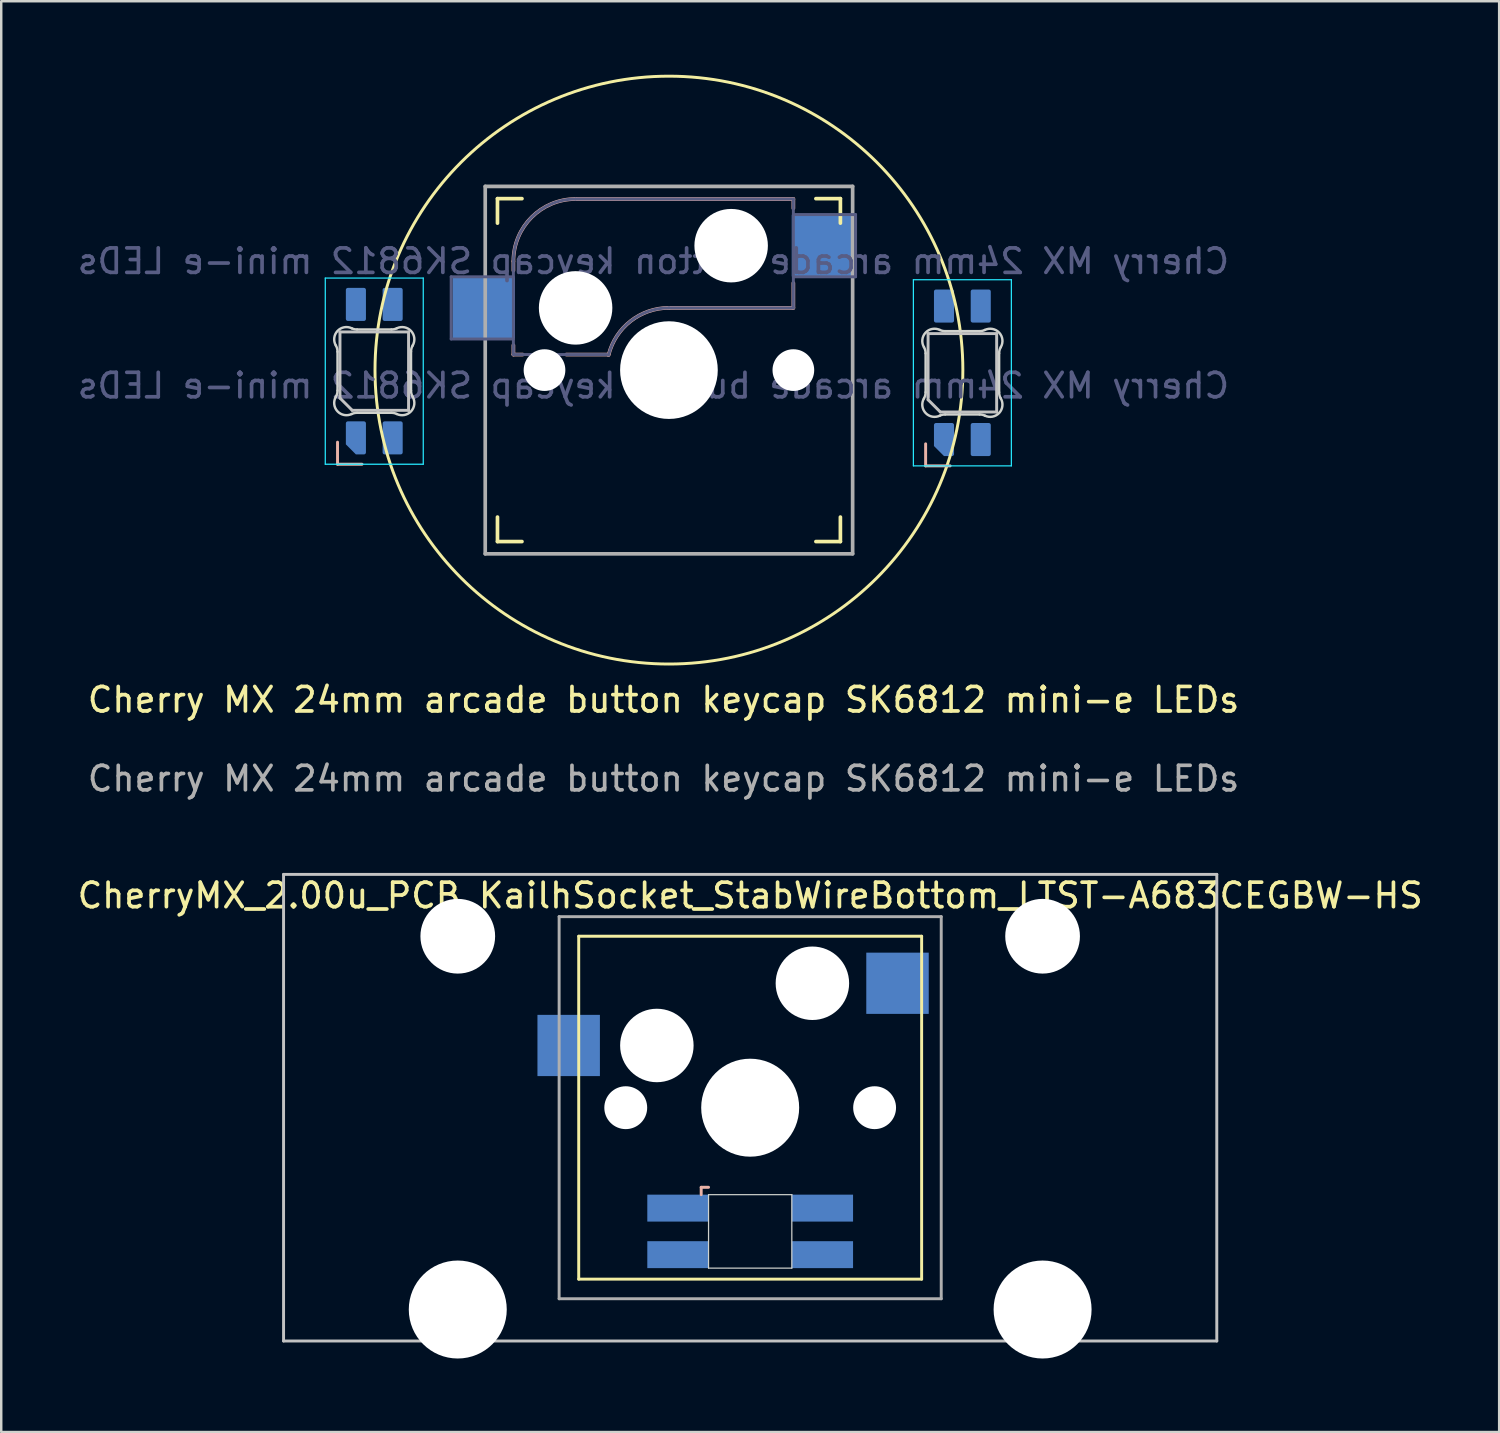
<source format=kicad_pcb>
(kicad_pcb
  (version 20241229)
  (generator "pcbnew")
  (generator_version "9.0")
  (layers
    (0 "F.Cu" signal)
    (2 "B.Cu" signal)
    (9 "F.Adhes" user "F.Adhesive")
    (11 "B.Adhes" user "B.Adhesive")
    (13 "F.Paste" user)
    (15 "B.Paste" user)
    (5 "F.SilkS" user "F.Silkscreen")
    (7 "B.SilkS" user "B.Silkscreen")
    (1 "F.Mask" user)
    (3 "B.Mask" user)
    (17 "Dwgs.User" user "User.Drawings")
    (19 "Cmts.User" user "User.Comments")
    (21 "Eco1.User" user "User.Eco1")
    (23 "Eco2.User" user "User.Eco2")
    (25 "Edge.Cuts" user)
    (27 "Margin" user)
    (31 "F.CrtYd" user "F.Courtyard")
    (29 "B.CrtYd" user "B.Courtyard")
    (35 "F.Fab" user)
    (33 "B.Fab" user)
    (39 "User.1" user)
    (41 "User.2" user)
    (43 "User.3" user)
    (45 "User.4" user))
  (footprint "Cherry MX 24mm arcade button keycap SK6812 mini-e LEDs"
    (layer "F.Cu")
    (at 24.05 25.44)
    (property "Reference" "Cherry MX 24mm arcade button keycap SK6812 mini-e LEDs" (at -0.01 0.08 0) (unlocked yes) (layer "F.SilkS") (effects (font (size 1 1) (thickness 0.15))))
    (property "Value" "Cherry MX 24mm arcade button keycap SK6812 mini-e LEDs" (at -0.39 1.408 0) (unlocked yes) (layer "F.Fab") (hide yes) (effects (font (size 1 1) (thickness 0.15))))
    (attr smd)
    (fp_line (start -6.79 -19.38) (end -6.79 -20.38) (stroke (width 0.15) (type solid)) (layer "F.SilkS"))
    (fp_line (start -6.79 -6.38) (end -6.79 -7.38) (stroke (width 0.15) (type solid)) (layer "F.SilkS"))
    (fp_line (start -6.79 -6.38) (end -5.79 -6.38) (stroke (width 0.15) (type solid)) (layer "F.SilkS"))
    (fp_line (start -5.79 -20.38) (end -6.79 -20.38) (stroke (width 0.15) (type solid)) (layer "F.SilkS"))
    (fp_line (start 6.21 -6.38) (end 7.21 -6.38) (stroke (width 0.15) (type solid)) (layer "F.SilkS"))
    (fp_line (start 7.21 -20.38) (end 6.21 -20.38) (stroke (width 0.15) (type solid)) (layer "F.SilkS"))
    (fp_line (start 7.21 -20.38) (end 7.21 -19.38) (stroke (width 0.15) (type solid)) (layer "F.SilkS"))
    (fp_line (start 7.21 -7.38) (end 7.21 -6.38) (stroke (width 0.15) (type solid)) (layer "F.SilkS"))
    (fp_circle (center 0.21 -13.38) (end 12.21 -13.38) (stroke (width 0.12) (type default)) (fill no) (layer "F.SilkS"))
    (fp_line (start -13.32 -9.537) (end -13.32 -10.438) (stroke (width 0.12) (type solid)) (layer "B.SilkS"))
    (fp_line (start -12.32 -9.537) (end -13.32 -9.537) (stroke (width 0.12) (type solid)) (layer "B.SilkS"))
    (fp_line (start -6.14 -17.825) (end -6.14 -17.444) (stroke (width 0.15) (type solid)) (layer "B.SilkS"))
    (fp_line (start -6.14 -14.396) (end -6.14 -14.015) (stroke (width 0.15) (type solid)) (layer "B.SilkS"))
    (fp_line (start -5.759 -14.015) (end -6.14 -14.015) (stroke (width 0.15) (type solid)) (layer "B.SilkS"))
    (fp_line (start -3.6 -20.365) (end 5.29 -20.365) (stroke (width 0.15) (type solid)) (layer "B.SilkS"))
    (fp_line (start -2.254 -14.015) (end -3.981 -14.015) (stroke (width 0.15) (type solid)) (layer "B.SilkS"))
    (fp_line (start 5.29 -20.365) (end 5.29 -19.984) (stroke (width 0.15) (type solid)) (layer "B.SilkS"))
    (fp_line (start 5.29 -16.936) (end 5.29 -15.92) (stroke (width 0.15) (type solid)) (layer "B.SilkS"))
    (fp_line (start 5.29 -15.92) (end 0.21 -15.92) (stroke (width 0.15) (type solid)) (layer "B.SilkS"))
    (fp_line (start 10.69 -9.47) (end 10.69 -10.37) (stroke (width 0.12) (type solid)) (layer "B.SilkS"))
    (fp_line (start 11.69 -9.47) (end 10.69 -9.47) (stroke (width 0.12) (type solid)) (layer "B.SilkS"))
    (fp_arc (start -6.14 -17.825) (mid -5.396051 -19.621051) (end -3.6 -20.365) (stroke (width 0.15) (type solid)) (layer "B.SilkS"))
    (fp_arc (start -2.254162 -13.99604) (mid -1.353147 -15.382042) (end 0.21 -15.92) (stroke (width 0.15) (type solid)) (layer "B.SilkS"))
    (fp_line (start -13.22 -14.938) (end -13.22 -12.238) (stroke (width 0.12) (type solid)) (layer "Dwgs.User"))
    (fp_line (start -12.72 -11.738) (end -13.22 -12.238) (stroke (width 0.12) (type solid)) (layer "Dwgs.User"))
    (fp_line (start -12.72 -11.738) (end -10.42 -11.738) (stroke (width 0.12) (type solid)) (layer "Dwgs.User"))
    (fp_line (start -10.42 -14.938) (end -13.22 -14.938) (stroke (width 0.12) (type solid)) (layer "Dwgs.User"))
    (fp_line (start -10.42 -11.738) (end -10.42 -14.938) (stroke (width 0.12) (type solid)) (layer "Dwgs.User"))
    (fp_line (start 10.79 -14.87) (end 10.79 -12.17) (stroke (width 0.12) (type solid)) (layer "Dwgs.User"))
    (fp_line (start 11.29 -11.67) (end 10.79 -12.17) (stroke (width 0.12) (type solid)) (layer "Dwgs.User"))
    (fp_line (start 11.29 -11.67) (end 13.59 -11.67) (stroke (width 0.12) (type solid)) (layer "Dwgs.User"))
    (fp_line (start 13.59 -14.87) (end 10.79 -14.87) (stroke (width 0.12) (type solid)) (layer "Dwgs.User"))
    (fp_line (start 13.59 -11.67) (end 13.59 -14.87) (stroke (width 0.12) (type solid)) (layer "Dwgs.User"))
    (fp_line (start -0.04 -13.13) (end 0.21 -13.38) (stroke (width 0.12) (type solid)) (layer "Cmts.User"))
    (fp_line (start 0.21 -13.38) (end -0.04 -13.63) (stroke (width 0.12) (type solid)) (layer "Cmts.User"))
    (fp_line (start 0.21 -13.38) (end 0.46 -13.63) (stroke (width 0.12) (type solid)) (layer "Cmts.User"))
    (fp_line (start 0.46 -13.13) (end 0.21 -13.38) (stroke (width 0.12) (type solid)) (layer "Cmts.User"))
    (fp_line (start -6.69 -6.48) (end -6.69 -20.28) (stroke (width 0.15) (type solid)) (layer "Eco2.User"))
    (fp_line (start -6.69 -6.48) (end 7.11 -6.48) (stroke (width 0.15) (type solid)) (layer "Eco2.User"))
    (fp_line (start 7.11 -20.28) (end -6.69 -20.28) (stroke (width 0.15) (type solid)) (layer "Eco2.User"))
    (fp_line (start 7.11 -20.28) (end 7.11 -6.48) (stroke (width 0.15) (type solid)) (layer "Eco2.User"))
    (fp_line (start -13.32 -12.543) (end -13.32 -14.132) (stroke (width 0.1) (type solid)) (layer "Edge.Cuts"))
    (fp_line (start -12.523 -15.037) (end -11.117 -15.037) (stroke (width 0.1) (type solid)) (layer "Edge.Cuts"))
    (fp_line (start -11.117 -11.638) (end -12.523 -11.638) (stroke (width 0.1) (type solid)) (layer "Edge.Cuts"))
    (fp_line (start -10.32 -14.132) (end -10.32 -12.543) (stroke (width 0.1) (type solid)) (layer "Edge.Cuts"))
    (fp_line (start 10.69 -12.476) (end 10.69 -14.064) (stroke (width 0.1) (type solid)) (layer "Edge.Cuts"))
    (fp_line (start 11.487 -14.97) (end 12.893 -14.97) (stroke (width 0.1) (type solid)) (layer "Edge.Cuts"))
    (fp_line (start 12.893 -11.57) (end 11.487 -11.57) (stroke (width 0.1) (type solid)) (layer "Edge.Cuts"))
    (fp_line (start 13.69 -14.064) (end 13.69 -12.476) (stroke (width 0.1) (type solid)) (layer "Edge.Cuts"))
    (fp_arc (start -13.388299 -14.38421) (mid -13.337377 -14.262622) (end -13.32 -14.131952) (stroke (width 0.1) (type solid)) (layer "Edge.Cuts"))
    (fp_arc (start -13.388297 -14.384211) (mid -13.324035 -14.975569) (end -12.73972 -15.086984) (stroke (width 0.1) (type solid)) (layer "Edge.Cuts"))
    (fp_arc (start -13.32 -12.543048) (mid -13.337377 -12.412377) (end -13.388299 -12.290789) (stroke (width 0.1) (type solid)) (layer "Edge.Cuts"))
    (fp_arc (start -12.73972 -11.588016) (mid -12.634068 -11.624973) (end -12.522842 -11.637501) (stroke (width 0.1) (type solid)) (layer "Edge.Cuts"))
    (fp_arc (start -12.739719 -11.588016) (mid -13.324035 -11.699428) (end -13.388299 -12.290789) (stroke (width 0.1) (type solid)) (layer "Edge.Cuts"))
    (fp_arc (start -12.522843 -15.037499) (mid -12.634066 -15.050036) (end -12.73972 -15.086984) (stroke (width 0.1) (type solid)) (layer "Edge.Cuts"))
    (fp_arc (start -11.117157 -11.637501) (mid -11.005932 -11.624973) (end -10.90028 -11.588016) (stroke (width 0.1) (type solid)) (layer "Edge.Cuts"))
    (fp_arc (start -10.90028 -15.086984) (mid -11.005933 -15.050039) (end -11.117158 -15.037499) (stroke (width 0.1) (type solid)) (layer "Edge.Cuts"))
    (fp_arc (start -10.90028 -15.086984) (mid -10.315965 -14.975572) (end -10.251701 -14.384211) (stroke (width 0.1) (type solid)) (layer "Edge.Cuts"))
    (fp_arc (start -10.32 -14.131953) (mid -10.302623 -14.262623) (end -10.251701 -14.384211) (stroke (width 0.1) (type solid)) (layer "Edge.Cuts"))
    (fp_arc (start -10.251702 -12.290789) (mid -10.315966 -11.699429) (end -10.90028 -11.588016) (stroke (width 0.1) (type solid)) (layer "Edge.Cuts"))
    (fp_arc (start -10.251702 -12.290789) (mid -10.302624 -12.412377) (end -10.320001 -12.543047) (stroke (width 0.1) (type solid)) (layer "Edge.Cuts"))
    (fp_arc (start 10.621702 -14.31671) (mid 10.672624 -14.195122) (end 10.690001 -14.064452) (stroke (width 0.1) (type solid)) (layer "Edge.Cuts"))
    (fp_arc (start 10.621704 -14.316711) (mid 10.685966 -14.908069) (end 11.270281 -15.019484) (stroke (width 0.1) (type solid)) (layer "Edge.Cuts"))
    (fp_arc (start 10.690001 -12.475548) (mid 10.672624 -12.344877) (end 10.621702 -12.223289) (stroke (width 0.1) (type solid)) (layer "Edge.Cuts"))
    (fp_arc (start 11.270281 -11.520516) (mid 11.375933 -11.557473) (end 11.487159 -11.570001) (stroke (width 0.1) (type solid)) (layer "Edge.Cuts"))
    (fp_arc (start 11.270282 -11.520516) (mid 10.685966 -11.631928) (end 10.621702 -12.223289) (stroke (width 0.1) (type solid)) (layer "Edge.Cuts"))
    (fp_arc (start 11.487158 -14.969999) (mid 11.375935 -14.982536) (end 11.270281 -15.019484) (stroke (width 0.1) (type solid)) (layer "Edge.Cuts"))
    (fp_arc (start 12.892844 -11.570001) (mid 13.004069 -11.557473) (end 13.109721 -11.520516) (stroke (width 0.1) (type solid)) (layer "Edge.Cuts"))
    (fp_arc (start 13.109721 -15.019484) (mid 13.004068 -14.982539) (end 12.892843 -14.969999) (stroke (width 0.1) (type solid)) (layer "Edge.Cuts"))
    (fp_arc (start 13.109721 -15.019484) (mid 13.694036 -14.908072) (end 13.7583 -14.316711) (stroke (width 0.1) (type solid)) (layer "Edge.Cuts"))
    (fp_arc (start 13.690001 -14.064453) (mid 13.707378 -14.195123) (end 13.7583 -14.316711) (stroke (width 0.1) (type solid)) (layer "Edge.Cuts"))
    (fp_arc (start 13.758299 -12.223289) (mid 13.694035 -11.631929) (end 13.109721 -11.520516) (stroke (width 0.1) (type solid)) (layer "Edge.Cuts"))
    (fp_arc (start 13.758299 -12.223289) (mid 13.707377 -12.344877) (end 13.69 -12.475547) (stroke (width 0.1) (type solid)) (layer "Edge.Cuts"))
    (fp_line (start -13.82 -17.137) (end -13.82 -9.537) (stroke (width 0.05) (type solid)) (layer "B.CrtYd"))
    (fp_line (start -13.82 -9.537) (end -9.82 -9.537) (stroke (width 0.05) (type solid)) (layer "B.CrtYd"))
    (fp_line (start -9.82 -17.137) (end -13.82 -17.137) (stroke (width 0.05) (type solid)) (layer "B.CrtYd"))
    (fp_line (start -9.82 -9.537) (end -9.82 -17.137) (stroke (width 0.05) (type solid)) (layer "B.CrtYd"))
    (fp_line (start 10.19 -17.07) (end 10.19 -9.47) (stroke (width 0.05) (type solid)) (layer "B.CrtYd"))
    (fp_line (start 10.19 -9.47) (end 14.19 -9.47) (stroke (width 0.05) (type solid)) (layer "B.CrtYd"))
    (fp_line (start 14.19 -17.07) (end 10.19 -17.07) (stroke (width 0.05) (type solid)) (layer "B.CrtYd"))
    (fp_line (start 14.19 -9.47) (end 14.19 -17.07) (stroke (width 0.05) (type solid)) (layer "B.CrtYd"))
    (fp_line (start -8.68 -17.19) (end -6.14 -17.19) (stroke (width 0.12) (type solid)) (layer "B.Fab"))
    (fp_line (start -8.68 -14.65) (end -8.68 -17.19) (stroke (width 0.12) (type solid)) (layer "B.Fab"))
    (fp_line (start -6.14 -14.65) (end -8.68 -14.65) (stroke (width 0.12) (type solid)) (layer "B.Fab"))
    (fp_line (start -6.14 -14.015) (end -6.14 -17.825) (stroke (width 0.12) (type solid)) (layer "B.Fab"))
    (fp_line (start -6.14 -14.015) (end -2.33 -14.015) (stroke (width 0.12) (type solid)) (layer "B.Fab"))
    (fp_line (start -3.6 -20.365) (end 5.29 -20.365) (stroke (width 0.12) (type solid)) (layer "B.Fab"))
    (fp_line (start 5.29 -20.365) (end 5.29 -15.92) (stroke (width 0.12) (type solid)) (layer "B.Fab"))
    (fp_line (start 5.29 -19.73) (end 7.83 -19.73) (stroke (width 0.12) (type solid)) (layer "B.Fab"))
    (fp_line (start 5.29 -15.92) (end 0.21 -15.92) (stroke (width 0.12) (type solid)) (layer "B.Fab"))
    (fp_line (start 7.83 -19.73) (end 7.83 -17.19) (stroke (width 0.12) (type solid)) (layer "B.Fab"))
    (fp_line (start 7.83 -17.19) (end 5.29 -17.19) (stroke (width 0.12) (type solid)) (layer "B.Fab"))
    (fp_arc (start -6.14 -17.825) (mid -5.396051 -19.621051) (end -3.6 -20.365) (stroke (width 0.12) (type solid)) (layer "B.Fab"))
    (fp_arc (start -2.254162 -13.99604) (mid -1.353147 -15.382042) (end 0.21 -15.92) (stroke (width 0.12) (type solid)) (layer "B.Fab"))
    (fp_line (start -7.29 -20.88) (end 7.71 -20.88) (stroke (width 0.15) (type solid)) (layer "F.Fab"))
    (fp_line (start -7.29 -5.88) (end -7.29 -20.88) (stroke (width 0.15) (type solid)) (layer "F.Fab"))
    (fp_line (start 7.71 -20.88) (end 7.71 -5.88) (stroke (width 0.15) (type solid)) (layer "F.Fab"))
    (fp_line (start 7.71 -5.88) (end -7.29 -5.88) (stroke (width 0.15) (type solid)) (layer "F.Fab"))
    (fp_text user "${REFERENCE}" (at -0.425 -17.825 0) (layer "B.Fab") (effects (font (size 1 1) (thickness 0.15)) (justify mirror)))
    (fp_text user "${VALUE}" (at -0.425 -12.745 0) (layer "B.Fab") (effects (font (size 1 1) (thickness 0.15)) (justify mirror)))
    (fp_text user "${REFERENCE}" (at -0.01 3.3 0) (unlocked yes) (layer "F.Fab") (effects (font (size 1 1) (thickness 0.15))))
    (pad "" np_thru_hole circle (at -4.87 -13.38) (size 1.702 1.702) (drill 1.702) (layers "*.Cu" "*.Mask"))
    (pad "" np_thru_hole circle (at -3.6 -15.92) (size 3 3) (drill 3) (layers "*.Cu" "*.Mask"))
    (pad "" np_thru_hole circle (at 0.21 -13.38) (size 3.988 3.988) (drill 3.988) (layers "*.Cu" "*.Mask"))
    (pad "" np_thru_hole circle (at 2.75 -18.46) (size 3 3) (drill 3) (layers "*.Cu" "*.Mask"))
    (pad "" np_thru_hole circle (at 5.29 -13.38) (size 1.702 1.702) (drill 1.702) (layers "*.Cu" "*.Mask"))
    (pad "1" smd roundrect (at -11.07 -16.062) (size 0.82 1.35) (layers "B.Cu" "B.Mask" "B.Paste") (roundrect_rratio 0.1))
    (pad "1" smd rect (at 6.5 -18.46) (size 2.55 2.5) (layers "B.Cu" "B.Mask" "B.Paste"))
    (pad "1" smd roundrect (at 12.94 -15.995) (size 0.82 1.35) (layers "B.Cu" "B.Mask" "B.Paste") (roundrect_rratio 0.1))
    (pad "2" smd roundrect (at -12.57 -16.062) (size 0.82 1.35) (layers "B.Cu" "B.Mask" "B.Paste") (roundrect_rratio 0.1))
    (pad "2" smd rect (at -7.35 -15.92) (size 2.55 2.5) (layers "B.Cu" "B.Mask" "B.Paste"))
    (pad "2" smd roundrect (at 11.44 -15.995) (size 0.82 1.35) (layers "B.Cu" "B.Mask" "B.Paste") (roundrect_rratio 0.1))
    (pad "3" smd roundrect (at -11.07 -10.613) (size 0.82 1.35) (layers "B.Cu" "B.Mask" "B.Paste") (roundrect_rratio 0.1))
    (pad "3" smd roundrect (at 12.94 -10.545) (size 0.82 1.35) (layers "B.Cu" "B.Mask" "B.Paste") (roundrect_rratio 0.1))
    (pad "4" smd roundrect (at -12.57 -10.613) (size 0.82 1.35) (layers "B.Cu" "B.Mask" "B.Paste") (roundrect_rratio 0.1) (chamfer_ratio 0.5) (chamfer bottom_left))
    (pad "4" smd roundrect (at 11.44 -10.545) (size 0.82 1.35) (layers "B.Cu" "B.Mask" "B.Paste") (roundrect_rratio 0.1) (chamfer_ratio 0.5) (chamfer bottom_left)))
  (footprint "CherryMX_2.00u_PCB_KailhSocket_StabWireBottom_LTST-A683CEGBW-HS"
    (layer "F.Cu")
    (at 27.577 42.173)
    (property "Reference" "CherryMX_2.00u_PCB_KailhSocket_StabWireBottom_LTST-A683CEGBW-HS" (at 0 -8.662 0) (layer "F.SilkS") (effects (font (size 1 1) (thickness 0.15))))
    (attr through_hole)
    (fp_line (start -7 -7) (end -7 7) (stroke (width 0.12) (type solid)) (layer "F.SilkS"))
    (fp_line (start -7 -7) (end 7 -7) (stroke (width 0.12) (type solid)) (layer "F.SilkS"))
    (fp_line (start 7 -7) (end 7 7) (stroke (width 0.12) (type solid)) (layer "F.SilkS"))
    (fp_line (start 7 7) (end -7 7) (stroke (width 0.12) (type solid)) (layer "F.SilkS"))
    (fp_line (start -2 3.25) (end -2 3.55) (stroke (width 0.12) (type solid)) (layer "B.SilkS"))
    (fp_line (start -1.7 3.25) (end -2 3.25) (stroke (width 0.12) (type solid)) (layer "B.SilkS"))
    (fp_line (start -19.05 -9.525) (end 19.05 -9.525) (stroke (width 0.12) (type solid)) (layer "Dwgs.User"))
    (fp_line (start -19.05 9.525) (end -19.05 -9.525) (stroke (width 0.12) (type solid)) (layer "Dwgs.User"))
    (fp_line (start 19.05 -9.525) (end 19.05 9.525) (stroke (width 0.12) (type solid)) (layer "Dwgs.User"))
    (fp_line (start 19.05 9.525) (end -19.05 9.525) (stroke (width 0.12) (type solid)) (layer "Dwgs.User"))
    (fp_line (start -1.7 3.55) (end 1.7 3.55) (stroke (width 0.05) (type solid)) (layer "Edge.Cuts"))
    (fp_line (start -1.7 6.55) (end -1.7 3.55) (stroke (width 0.05) (type solid)) (layer "Edge.Cuts"))
    (fp_line (start 1.7 3.55) (end 1.7 6.55) (stroke (width 0.05) (type solid)) (layer "Edge.Cuts"))
    (fp_line (start 1.7 6.55) (end -1.7 6.55) (stroke (width 0.05) (type solid)) (layer "Edge.Cuts"))
    (fp_line (start -7.8 -7.8) (end -7.8 7.8) (stroke (width 0.12) (type solid)) (layer "F.Fab"))
    (fp_line (start -7.8 -7.8) (end 7.8 -7.8) (stroke (width 0.12) (type solid)) (layer "F.Fab"))
    (fp_line (start -7.8 7.8) (end 7.8 7.8) (stroke (width 0.12) (type solid)) (layer "F.Fab"))
    (fp_line (start 7.8 -7.8) (end 7.8 7.8) (stroke (width 0.12) (type solid)) (layer "F.Fab"))
    (pad "" np_thru_hole circle (at -11.938 -7) (size 3.05 3.05) (drill 3.05) (layers "*.Cu" "*.Mask"))
    (pad "" np_thru_hole circle (at -11.938 8.24) (size 4 4) (drill 4) (layers "*.Cu" "*.Mask"))
    (pad "" np_thru_hole circle (at -5.08 0) (size 1.75 1.75) (drill 1.75) (layers "*.Cu" "*.Mask"))
    (pad "" np_thru_hole circle (at -3.81 -2.54) (size 3 3) (drill 3) (layers "*.Cu" "*.Mask"))
    (pad "" np_thru_hole circle (at 0 0) (size 4 4) (drill 4) (layers "*.Cu" "*.Mask"))
    (pad "" np_thru_hole circle (at 2.54 -5.08) (size 3 3) (drill 3) (layers "*.Cu" "*.Mask"))
    (pad "" np_thru_hole circle (at 5.08 0) (size 1.75 1.75) (drill 1.75) (layers "*.Cu" "*.Mask"))
    (pad "" np_thru_hole circle (at 11.938 -7) (size 3.05 3.05) (drill 3.05) (layers "*.Cu" "*.Mask"))
    (pad "" np_thru_hole circle (at 11.938 8.24) (size 4 4) (drill 4) (layers "*.Cu" "*.Mask"))
    (pad "1" smd rect (at -7.41 -2.54) (size 2.55 2.5) (layers "B.Cu" "B.Mask" "B.Paste"))
    (pad "2" smd rect (at 6.015 -5.08) (size 2.55 2.5) (layers "B.Cu" "B.Mask" "B.Paste"))
    (pad "3" smd rect (at -2.95 4.1) (size 2.5 1.1) (layers "B.Cu" "B.Mask" "B.Paste"))
    (pad "4" smd rect (at -2.95 6) (size 2.5 1.1) (layers "B.Cu" "B.Mask" "B.Paste"))
    (pad "5" smd rect (at 2.95 4.1) (size 2.5 1.1) (layers "B.Cu" "B.Mask" "B.Paste"))
    (pad "6" smd rect (at 2.95 6) (size 2.5 1.1) (layers "B.Cu" "B.Mask" "B.Paste")))
  (gr_rect
    (start -3 -3)
    (end 58.155 55.413)
    (stroke (width 0.1) (type default))
    (fill no)
    (layer "Edge.Cuts")))
</source>
